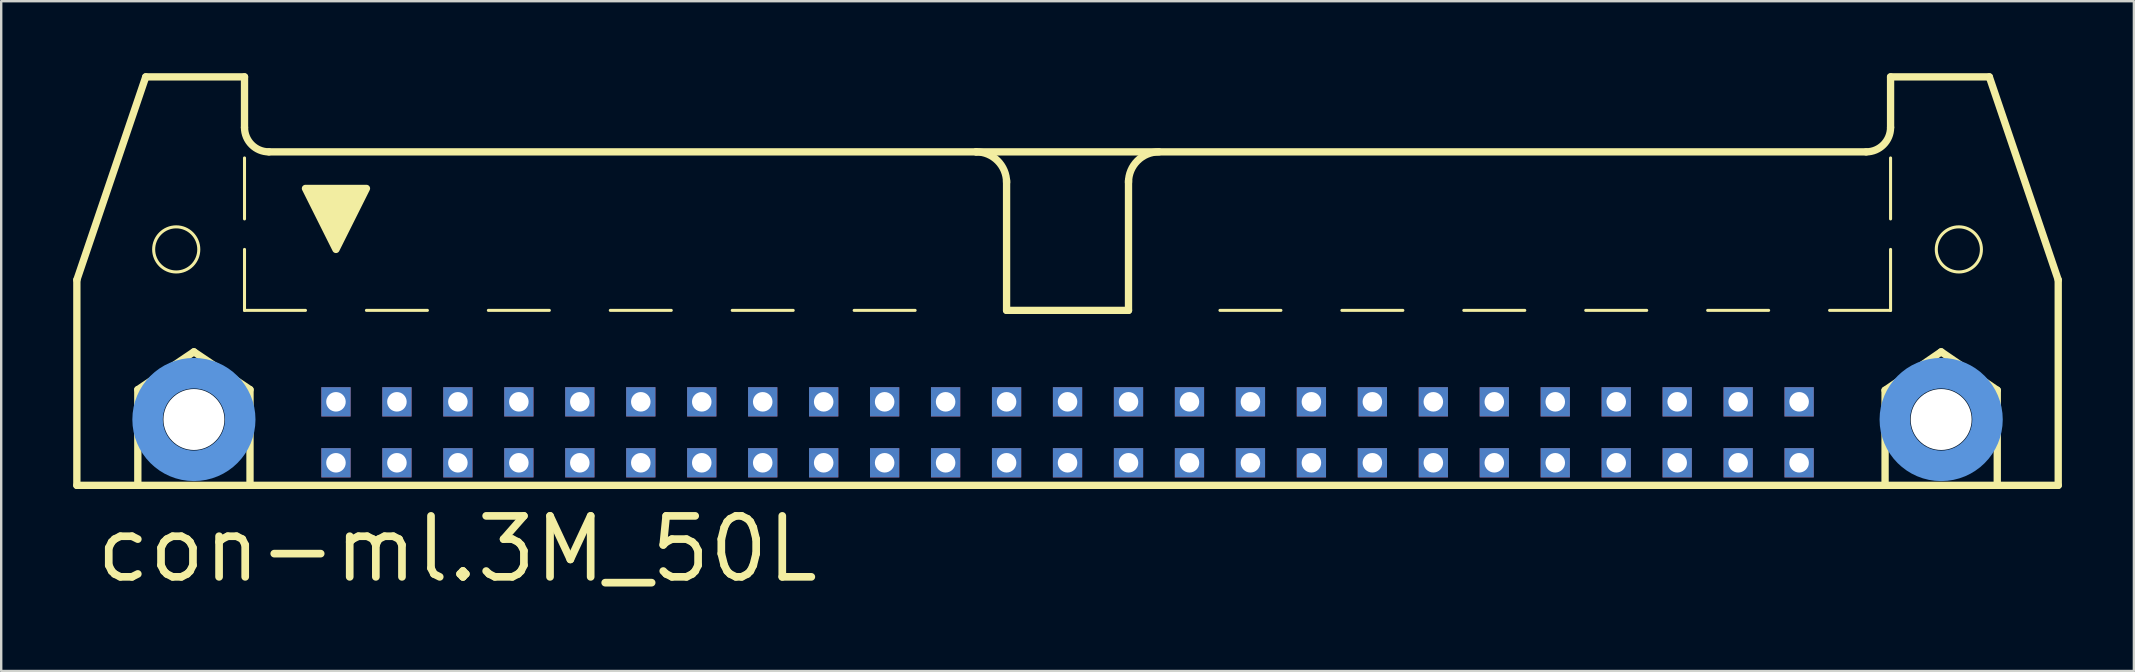
<source format=kicad_pcb>
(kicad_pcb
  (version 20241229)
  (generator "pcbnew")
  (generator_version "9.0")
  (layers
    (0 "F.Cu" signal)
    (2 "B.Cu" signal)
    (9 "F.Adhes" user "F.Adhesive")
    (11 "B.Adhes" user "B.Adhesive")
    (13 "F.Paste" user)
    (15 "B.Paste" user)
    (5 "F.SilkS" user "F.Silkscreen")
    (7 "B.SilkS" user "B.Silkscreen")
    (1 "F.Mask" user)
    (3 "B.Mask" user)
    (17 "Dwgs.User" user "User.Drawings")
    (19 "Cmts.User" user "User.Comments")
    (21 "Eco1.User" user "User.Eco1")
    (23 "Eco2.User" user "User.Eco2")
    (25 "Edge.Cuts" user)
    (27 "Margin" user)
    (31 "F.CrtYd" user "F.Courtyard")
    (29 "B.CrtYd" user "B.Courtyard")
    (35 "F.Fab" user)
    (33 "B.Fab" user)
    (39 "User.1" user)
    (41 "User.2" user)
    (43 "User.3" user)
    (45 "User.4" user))
  (footprint "con-ml.3M_50L"
    (layer "F.Cu")
    (at 41.427 11.151)
    (property "Reference" "con-ml.3M_50L" (at -40.64 10.16 0) (layer "F.SilkS") (effects (font (size 2.54 2.54) (thickness 0.32)) (justify left bottom)))
    (attr through_hole)
    (fp_line (start -41.275 -2.54) (end -41.275 6.02) (stroke (width 0.305) (type default)) (layer "F.SilkS"))
    (fp_line (start -41.275 -2.54) (end -38.405 -10.998) (stroke (width 0.305) (type default)) (layer "F.SilkS"))
    (fp_line (start -41.275 6.02) (end -38.735 6.02) (stroke (width 0.305) (type default)) (layer "F.SilkS"))
    (fp_line (start -38.735 2.032) (end -36.398 0.457) (stroke (width 0.305) (type default)) (layer "F.SilkS"))
    (fp_line (start -38.735 6.02) (end -38.735 2.032) (stroke (width 0.305) (type default)) (layer "F.SilkS"))
    (fp_line (start -38.735 6.02) (end -34.061 6.02) (stroke (width 0.305) (type default)) (layer "F.SilkS"))
    (fp_line (start -36.398 0.457) (end -34.061 2.032) (stroke (width 0.305) (type default)) (layer "F.SilkS"))
    (fp_line (start -34.29 -10.998) (end -38.405 -10.998) (stroke (width 0.305) (type default)) (layer "F.SilkS"))
    (fp_line (start -34.29 -8.89) (end -34.29 -10.998) (stroke (width 0.305) (type default)) (layer "F.SilkS"))
    (fp_line (start -34.29 -5.08) (end -34.29 -7.62) (stroke (width 0.127) (type default)) (layer "F.SilkS"))
    (fp_line (start -34.29 -1.27) (end -34.29 -3.81) (stroke (width 0.127) (type default)) (layer "F.SilkS"))
    (fp_line (start -34.29 -1.27) (end -31.75 -1.27) (stroke (width 0.127) (type default)) (layer "F.SilkS"))
    (fp_line (start -34.061 2.032) (end -34.061 6.02) (stroke (width 0.305) (type default)) (layer "F.SilkS"))
    (fp_line (start -34.061 6.02) (end 34.061 6.02) (stroke (width 0.305) (type default)) (layer "F.SilkS"))
    (fp_line (start -29.21 -1.27) (end -26.67 -1.27) (stroke (width 0.127) (type default)) (layer "F.SilkS"))
    (fp_line (start -24.13 -1.27) (end -21.59 -1.27) (stroke (width 0.127) (type default)) (layer "F.SilkS"))
    (fp_line (start -19.05 -1.27) (end -16.51 -1.27) (stroke (width 0.127) (type default)) (layer "F.SilkS"))
    (fp_line (start -13.97 -1.27) (end -11.43 -1.27) (stroke (width 0.127) (type default)) (layer "F.SilkS"))
    (fp_line (start -8.89 -1.27) (end -6.35 -1.27) (stroke (width 0.127) (type default)) (layer "F.SilkS"))
    (fp_line (start -3.81 -7.874) (end -33.274 -7.874) (stroke (width 0.305) (type default)) (layer "F.SilkS"))
    (fp_line (start -3.81 -7.874) (end 33.274 -7.874) (stroke (width 0.305) (type default)) (layer "F.SilkS"))
    (fp_line (start -2.54 -1.27) (end -2.54 -6.68) (stroke (width 0.305) (type default)) (layer "F.SilkS"))
    (fp_line (start 2.54 -1.27) (end -2.54 -1.27) (stroke (width 0.305) (type default)) (layer "F.SilkS"))
    (fp_line (start 2.54 -1.27) (end 2.54 -6.68) (stroke (width 0.305) (type default)) (layer "F.SilkS"))
    (fp_line (start 8.89 -1.27) (end 6.35 -1.27) (stroke (width 0.127) (type default)) (layer "F.SilkS"))
    (fp_line (start 13.97 -1.27) (end 11.43 -1.27) (stroke (width 0.127) (type default)) (layer "F.SilkS"))
    (fp_line (start 19.05 -1.27) (end 16.51 -1.27) (stroke (width 0.127) (type default)) (layer "F.SilkS"))
    (fp_line (start 24.13 -1.27) (end 21.59 -1.27) (stroke (width 0.127) (type default)) (layer "F.SilkS"))
    (fp_line (start 29.21 -1.27) (end 26.67 -1.27) (stroke (width 0.127) (type default)) (layer "F.SilkS"))
    (fp_line (start 34.061 2.057) (end 36.398 0.457) (stroke (width 0.305) (type default)) (layer "F.SilkS"))
    (fp_line (start 34.061 6.02) (end 34.061 2.057) (stroke (width 0.305) (type default)) (layer "F.SilkS"))
    (fp_line (start 34.061 6.02) (end 38.735 6.02) (stroke (width 0.305) (type default)) (layer "F.SilkS"))
    (fp_line (start 34.29 -10.998) (end 38.405 -10.998) (stroke (width 0.305) (type default)) (layer "F.SilkS"))
    (fp_line (start 34.29 -8.89) (end 34.29 -10.998) (stroke (width 0.305) (type default)) (layer "F.SilkS"))
    (fp_line (start 34.29 -5.08) (end 34.29 -7.62) (stroke (width 0.127) (type default)) (layer "F.SilkS"))
    (fp_line (start 34.29 -1.27) (end 31.75 -1.27) (stroke (width 0.127) (type default)) (layer "F.SilkS"))
    (fp_line (start 34.29 -1.27) (end 34.29 -3.81) (stroke (width 0.127) (type default)) (layer "F.SilkS"))
    (fp_line (start 36.398 0.457) (end 38.735 2.057) (stroke (width 0.305) (type default)) (layer "F.SilkS"))
    (fp_line (start 38.735 2.057) (end 38.735 6.02) (stroke (width 0.305) (type default)) (layer "F.SilkS"))
    (fp_line (start 38.735 6.02) (end 41.275 6.02) (stroke (width 0.305) (type default)) (layer "F.SilkS"))
    (fp_line (start 41.275 -2.54) (end 38.405 -10.998) (stroke (width 0.305) (type default)) (layer "F.SilkS"))
    (fp_line (start 41.275 6.02) (end 41.275 -2.54) (stroke (width 0.305) (type default)) (layer "F.SilkS"))
    (fp_arc (start -33.274 -7.874) (mid -33.99242 -8.17158) (end -34.29 -8.89) (stroke (width 0.3048) (type default)) (layer "F.SilkS"))
    (fp_arc (start -3.81 -7.874) (mid -2.911974 -7.502026) (end -2.54 -6.604) (stroke (width 0.3048) (type default)) (layer "F.SilkS"))
    (fp_arc (start 2.54 -6.604) (mid 2.911974 -7.502026) (end 3.81 -7.874) (stroke (width 0.3048) (type default)) (layer "F.SilkS"))
    (fp_arc (start 34.29 -8.89) (mid 33.99242 -8.17158) (end 33.274 -7.874) (stroke (width 0.3048) (type default)) (layer "F.SilkS"))
    (fp_circle (center -37.135 -3.81) (end -36.195 -3.81) (stroke (width 0.127) (type default)) (fill no) (layer "F.SilkS"))
    (fp_circle (center 37.135 -3.81) (end 38.075 -3.81) (stroke (width 0.127) (type default)) (fill no) (layer "F.SilkS"))
    (fp_poly (pts (xy -31.75 -6.35) (xy -29.21 -6.35) (xy -30.48 -3.81)) (stroke (width 0.305) (type default)) (fill yes) (layer "F.SilkS"))
    (fp_circle (center -36.398 3.277) (end -34.468 3.277) (stroke (width 1.27) (type default)) (fill no) (layer "Cmts.User"))
    (fp_circle (center 36.398 3.277) (end 38.329 3.277) (stroke (width 1.27) (type default)) (fill no) (layer "Cmts.User"))
    (pad "" np_thru_hole circle (at -36.398 3.277) (size 2.54 2.54) (drill 2.54) (layers "*.Cu" "*.Mask"))
    (pad "" np_thru_hole circle (at 36.398 3.277) (size 2.54 2.54) (drill 2.54) (layers "*.Cu" "*.Mask"))
    (pad "1" thru_hole rect (at -30.48 5.08) (size 1.219 1.219) (drill 0.813) (layers "*.Cu" "*.Mask"))
    (pad "2" thru_hole rect (at -30.48 2.54) (size 1.219 1.219) (drill 0.813) (layers "*.Cu" "*.Mask"))
    (pad "3" thru_hole rect (at -27.94 5.08) (size 1.219 1.219) (drill 0.813) (layers "*.Cu" "*.Mask"))
    (pad "4" thru_hole rect (at -27.94 2.54) (size 1.219 1.219) (drill 0.813) (layers "*.Cu" "*.Mask"))
    (pad "5" thru_hole rect (at -25.4 5.08) (size 1.219 1.219) (drill 0.813) (layers "*.Cu" "*.Mask"))
    (pad "6" thru_hole rect (at -25.4 2.54) (size 1.219 1.219) (drill 0.813) (layers "*.Cu" "*.Mask"))
    (pad "7" thru_hole rect (at -22.86 5.08) (size 1.219 1.219) (drill 0.813) (layers "*.Cu" "*.Mask"))
    (pad "8" thru_hole rect (at -22.86 2.54) (size 1.219 1.219) (drill 0.813) (layers "*.Cu" "*.Mask"))
    (pad "9" thru_hole rect (at -20.32 5.08) (size 1.219 1.219) (drill 0.813) (layers "*.Cu" "*.Mask"))
    (pad "10" thru_hole rect (at -20.32 2.54) (size 1.219 1.219) (drill 0.813) (layers "*.Cu" "*.Mask"))
    (pad "11" thru_hole rect (at -17.78 5.08) (size 1.219 1.219) (drill 0.813) (layers "*.Cu" "*.Mask"))
    (pad "12" thru_hole rect (at -17.78 2.54) (size 1.219 1.219) (drill 0.813) (layers "*.Cu" "*.Mask"))
    (pad "13" thru_hole rect (at -15.24 5.08) (size 1.219 1.219) (drill 0.813) (layers "*.Cu" "*.Mask"))
    (pad "14" thru_hole rect (at -15.24 2.54) (size 1.219 1.219) (drill 0.813) (layers "*.Cu" "*.Mask"))
    (pad "15" thru_hole rect (at -12.7 5.08) (size 1.219 1.219) (drill 0.813) (layers "*.Cu" "*.Mask"))
    (pad "16" thru_hole rect (at -12.7 2.54) (size 1.219 1.219) (drill 0.813) (layers "*.Cu" "*.Mask"))
    (pad "17" thru_hole rect (at -10.16 5.08) (size 1.219 1.219) (drill 0.813) (layers "*.Cu" "*.Mask"))
    (pad "18" thru_hole rect (at -10.16 2.54) (size 1.219 1.219) (drill 0.813) (layers "*.Cu" "*.Mask"))
    (pad "19" thru_hole rect (at -7.62 5.08) (size 1.219 1.219) (drill 0.813) (layers "*.Cu" "*.Mask"))
    (pad "20" thru_hole rect (at -7.62 2.54) (size 1.219 1.219) (drill 0.813) (layers "*.Cu" "*.Mask"))
    (pad "21" thru_hole rect (at -5.08 5.08) (size 1.219 1.219) (drill 0.813) (layers "*.Cu" "*.Mask"))
    (pad "22" thru_hole rect (at -5.08 2.54) (size 1.219 1.219) (drill 0.813) (layers "*.Cu" "*.Mask"))
    (pad "23" thru_hole rect (at -2.54 5.08) (size 1.219 1.219) (drill 0.813) (layers "*.Cu" "*.Mask"))
    (pad "24" thru_hole rect (at -2.54 2.54) (size 1.219 1.219) (drill 0.813) (layers "*.Cu" "*.Mask"))
    (pad "25" thru_hole rect (at 0 5.08) (size 1.219 1.219) (drill 0.813) (layers "*.Cu" "*.Mask"))
    (pad "26" thru_hole rect (at 0 2.54) (size 1.219 1.219) (drill 0.813) (layers "*.Cu" "*.Mask"))
    (pad "27" thru_hole rect (at 2.54 5.08) (size 1.219 1.219) (drill 0.813) (layers "*.Cu" "*.Mask"))
    (pad "28" thru_hole rect (at 2.54 2.54) (size 1.219 1.219) (drill 0.813) (layers "*.Cu" "*.Mask"))
    (pad "29" thru_hole rect (at 5.08 5.08) (size 1.219 1.219) (drill 0.813) (layers "*.Cu" "*.Mask"))
    (pad "30" thru_hole rect (at 5.08 2.54) (size 1.219 1.219) (drill 0.813) (layers "*.Cu" "*.Mask"))
    (pad "31" thru_hole rect (at 7.62 5.08) (size 1.219 1.219) (drill 0.813) (layers "*.Cu" "*.Mask"))
    (pad "32" thru_hole rect (at 7.62 2.54) (size 1.219 1.219) (drill 0.813) (layers "*.Cu" "*.Mask"))
    (pad "33" thru_hole rect (at 10.16 5.08) (size 1.219 1.219) (drill 0.813) (layers "*.Cu" "*.Mask"))
    (pad "34" thru_hole rect (at 10.16 2.54) (size 1.219 1.219) (drill 0.813) (layers "*.Cu" "*.Mask"))
    (pad "35" thru_hole rect (at 12.7 5.08) (size 1.219 1.219) (drill 0.813) (layers "*.Cu" "*.Mask"))
    (pad "36" thru_hole rect (at 12.7 2.54) (size 1.219 1.219) (drill 0.813) (layers "*.Cu" "*.Mask"))
    (pad "37" thru_hole rect (at 15.24 5.08) (size 1.219 1.219) (drill 0.813) (layers "*.Cu" "*.Mask"))
    (pad "38" thru_hole rect (at 15.24 2.54) (size 1.219 1.219) (drill 0.813) (layers "*.Cu" "*.Mask"))
    (pad "39" thru_hole rect (at 17.78 5.08) (size 1.219 1.219) (drill 0.813) (layers "*.Cu" "*.Mask"))
    (pad "40" thru_hole rect (at 17.78 2.54) (size 1.219 1.219) (drill 0.813) (layers "*.Cu" "*.Mask"))
    (pad "41" thru_hole rect (at 20.32 5.08) (size 1.219 1.219) (drill 0.813) (layers "*.Cu" "*.Mask"))
    (pad "42" thru_hole rect (at 20.32 2.54) (size 1.219 1.219) (drill 0.813) (layers "*.Cu" "*.Mask"))
    (pad "43" thru_hole rect (at 22.86 5.08) (size 1.219 1.219) (drill 0.813) (layers "*.Cu" "*.Mask"))
    (pad "44" thru_hole rect (at 22.86 2.54) (size 1.219 1.219) (drill 0.813) (layers "*.Cu" "*.Mask"))
    (pad "45" thru_hole rect (at 25.4 5.08) (size 1.219 1.219) (drill 0.813) (layers "*.Cu" "*.Mask"))
    (pad "46" thru_hole rect (at 25.4 2.54) (size 1.219 1.219) (drill 0.813) (layers "*.Cu" "*.Mask"))
    (pad "47" thru_hole rect (at 27.94 5.08) (size 1.219 1.219) (drill 0.813) (layers "*.Cu" "*.Mask"))
    (pad "48" thru_hole rect (at 27.94 2.54) (size 1.219 1.219) (drill 0.813) (layers "*.Cu" "*.Mask"))
    (pad "49" thru_hole rect (at 30.48 5.08) (size 1.219 1.219) (drill 0.813) (layers "*.Cu" "*.Mask"))
    (pad "50" thru_hole rect (at 30.48 2.54) (size 1.219 1.219) (drill 0.813) (layers "*.Cu" "*.Mask")))
  (gr_rect
    (start -3 -3)
    (end 85.855 24.906)
    (stroke (width 0.1) (type default))
    (fill no)
    (layer "Edge.Cuts")))
</source>
